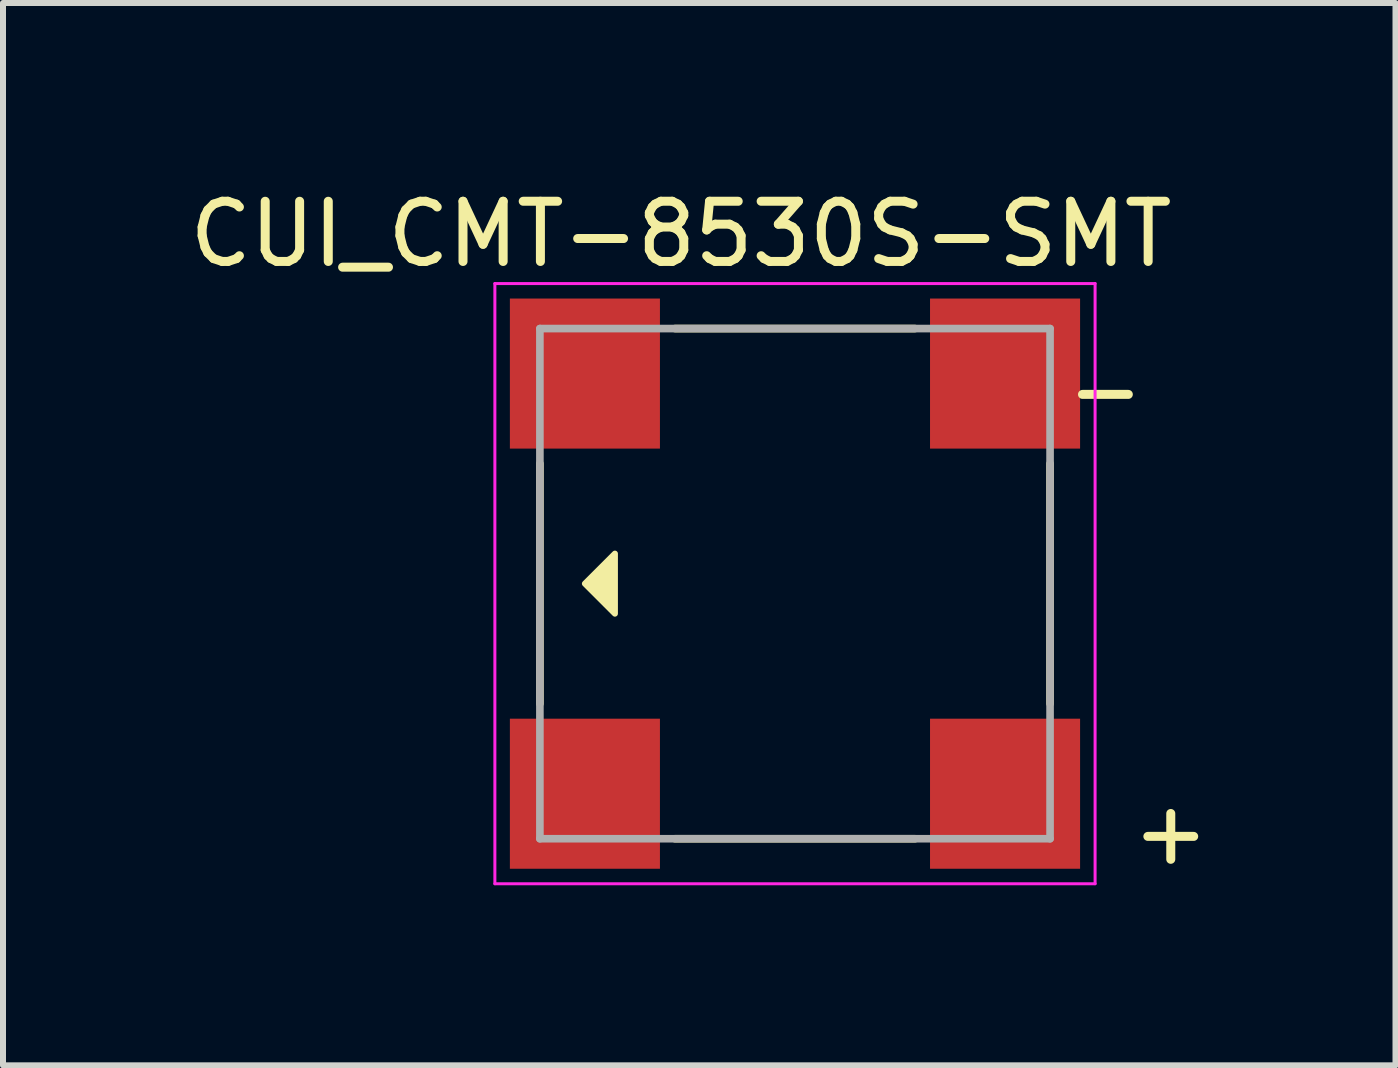
<source format=kicad_pcb>
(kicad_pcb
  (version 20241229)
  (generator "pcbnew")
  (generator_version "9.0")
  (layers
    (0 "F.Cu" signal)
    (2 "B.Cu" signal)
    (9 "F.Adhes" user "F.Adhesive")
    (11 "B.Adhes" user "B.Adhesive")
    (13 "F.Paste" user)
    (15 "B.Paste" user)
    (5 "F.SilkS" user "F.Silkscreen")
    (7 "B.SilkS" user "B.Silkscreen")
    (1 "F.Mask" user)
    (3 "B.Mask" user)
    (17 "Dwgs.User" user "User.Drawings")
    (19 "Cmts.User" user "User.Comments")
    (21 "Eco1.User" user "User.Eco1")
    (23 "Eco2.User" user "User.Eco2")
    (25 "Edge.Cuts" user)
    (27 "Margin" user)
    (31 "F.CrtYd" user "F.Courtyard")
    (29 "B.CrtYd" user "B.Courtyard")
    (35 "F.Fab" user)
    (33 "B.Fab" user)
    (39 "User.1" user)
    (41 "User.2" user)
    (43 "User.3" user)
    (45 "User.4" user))
  (footprint "CUI_CMT-8530S-SMT"
    (layer "F.Cu")
    (at 10.195 6.674)
    (property "Reference" "CUI_CMT-8530S-SMT" (at -1.901 -5.824 0) (layer "F.SilkS") (effects (font (size 1.003 1.003) (thickness 0.15))))
    (attr smd)
    (fp_line (start -4.25 -2) (end -4.25 2) (stroke (width 0.127) (type solid)) (layer "F.SilkS"))
    (fp_line (start -2 -4.25) (end 2 -4.25) (stroke (width 0.127) (type solid)) (layer "F.SilkS"))
    (fp_line (start 2 4.25) (end -2 4.25) (stroke (width 0.127) (type solid)) (layer "F.SilkS"))
    (fp_line (start 4.25 -2) (end 4.25 2) (stroke (width 0.127) (type solid)) (layer "F.SilkS"))
    (fp_poly (pts (xy -3.5 0) (xy -3 -0.5) (xy -3 0.5)) (stroke (width 0.1) (type solid)) (fill yes) (layer "F.SilkS"))
    (fp_line (start -5 -5) (end -5 5) (stroke (width 0.05) (type solid)) (layer "F.CrtYd"))
    (fp_line (start 5 -5) (end -5 -5) (stroke (width 0.05) (type solid)) (layer "F.CrtYd"))
    (fp_line (start 5 -5) (end 5 5) (stroke (width 0.05) (type solid)) (layer "F.CrtYd"))
    (fp_line (start 5 5) (end -5 5) (stroke (width 0.05) (type solid)) (layer "F.CrtYd"))
    (fp_line (start -4.25 -4.25) (end 4.25 -4.25) (stroke (width 0.127) (type solid)) (layer "F.Fab"))
    (fp_line (start -4.25 4.25) (end -4.25 -4.25) (stroke (width 0.127) (type solid)) (layer "F.Fab"))
    (fp_line (start 4.25 -4.25) (end 4.25 4.25) (stroke (width 0.127) (type solid)) (layer "F.Fab"))
    (fp_line (start 4.25 4.25) (end -4.25 4.25) (stroke (width 0.127) (type solid)) (layer "F.Fab"))
    (fp_text user "-" (at 5.172 -3.227 0) (layer "F.SilkS") (effects (font (size 1.002 1.002) (thickness 0.15))))
    (fp_text user "+" (at 6.261 4.137 0) (layer "F.SilkS") (effects (font (size 1.002 1.002) (thickness 0.15))))
    (pad "1" smd rect (at 3.5 3.5) (size 2.5 2.5) (layers "F.Cu" "F.Mask" "F.Paste"))
    (pad "2" smd rect (at 3.5 -3.5) (size 2.5 2.5) (layers "F.Cu" "F.Mask" "F.Paste"))
    (pad "NC" smd rect (at -3.5 -3.5) (size 2.5 2.5) (layers "F.Cu" "F.Mask" "F.Paste"))
    (pad "NC" smd rect (at -3.5 3.5) (size 2.5 2.5) (layers "F.Cu" "F.Mask" "F.Paste")))
  (gr_rect
    (start -3 -3)
    (end 20.2 14.699)
    (stroke (width 0.1) (type default))
    (fill no)
    (layer "Edge.Cuts")))
</source>
